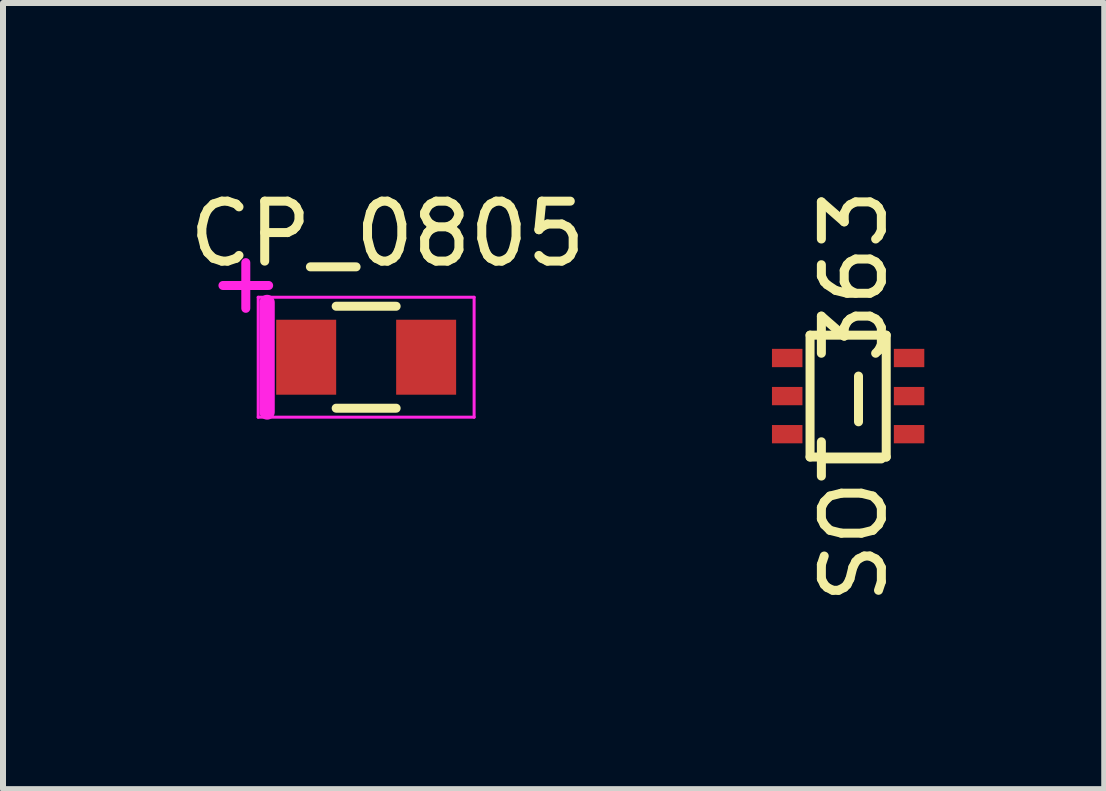
<source format=kicad_pcb>
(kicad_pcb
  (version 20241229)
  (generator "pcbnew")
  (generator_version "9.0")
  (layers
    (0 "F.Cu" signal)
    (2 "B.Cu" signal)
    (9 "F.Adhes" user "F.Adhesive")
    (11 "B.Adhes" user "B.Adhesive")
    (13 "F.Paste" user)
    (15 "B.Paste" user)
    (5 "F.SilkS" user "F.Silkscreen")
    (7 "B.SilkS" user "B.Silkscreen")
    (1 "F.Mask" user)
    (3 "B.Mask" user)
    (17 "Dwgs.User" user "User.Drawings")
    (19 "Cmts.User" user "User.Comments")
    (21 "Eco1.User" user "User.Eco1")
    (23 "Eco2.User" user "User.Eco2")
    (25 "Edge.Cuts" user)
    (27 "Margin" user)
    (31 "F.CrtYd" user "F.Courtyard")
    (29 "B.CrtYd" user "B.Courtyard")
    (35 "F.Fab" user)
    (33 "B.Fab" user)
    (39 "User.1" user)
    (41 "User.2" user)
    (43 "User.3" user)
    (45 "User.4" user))
  (footprint "CP_0805"
    (layer "F.Cu")
    (at 3.055 2.906)
    (property "Reference" "CP_0805" (at 0.356 -2.057 0) (layer "F.SilkS") (effects (font (size 1 1) (thickness 0.15))))
    (attr smd)
    (fp_line (start -0.5 0.85) (end 0.5 0.85) (stroke (width 0.15) (type solid)) (layer "F.SilkS"))
    (fp_line (start 0.5 -0.85) (end -0.5 -0.85) (stroke (width 0.15) (type solid)) (layer "F.SilkS"))
    (fp_line (start -1.8 -1) (end -1.8 1) (stroke (width 0.05) (type solid)) (layer "F.CrtYd"))
    (fp_line (start -1.8 -1) (end 1.8 -1) (stroke (width 0.05) (type solid)) (layer "F.CrtYd"))
    (fp_line (start -1.8 1) (end 1.8 1) (stroke (width 0.05) (type solid)) (layer "F.CrtYd"))
    (fp_line (start -1.651 -0.914) (end -1.651 0.914) (stroke (width 0.254) (type solid)) (layer "F.CrtYd"))
    (fp_line (start 1.8 -1) (end 1.8 1) (stroke (width 0.05) (type solid)) (layer "F.CrtYd"))
    (fp_text user "+" (at -2.007 -1.27 0) (layer "F.CrtYd") (effects (font (size 1 1) (thickness 0.15))))
    (pad "1" smd rect (at -1 0) (size 1 1.25) (layers "F.Cu" "F.Mask" "F.Paste"))
    (pad "2" smd rect (at 1 0) (size 1 1.25) (layers "F.Cu" "F.Mask" "F.Paste")))
  (footprint "SOT-363"
    (layer "F.Cu")
    (at 11.091 3.554)
    (property "Reference" "SOT-363" (at 0.099 0 90) (layer "F.SilkS") (effects (font (size 1 1) (thickness 0.15))))
    (attr smd)
    (fp_line (start -0.635 -1.016) (end -0.635 1.016) (stroke (width 0.15) (type solid)) (layer "F.SilkS"))
    (fp_line (start -0.635 1.016) (end 0.635 1.016) (stroke (width 0.15) (type solid)) (layer "F.SilkS"))
    (fp_line (start 0.635 -1.016) (end -0.635 -1.016) (stroke (width 0.15) (type solid)) (layer "F.SilkS"))
    (fp_line (start 0.635 1.016) (end 0.635 -1.016) (stroke (width 0.15) (type solid)) (layer "F.SilkS"))
    (pad "1" smd rect (at -1.016 -0.635) (size 0.508 0.305) (layers "F.Cu" "F.Mask" "F.Paste"))
    (pad "2" smd rect (at -1.016 0) (size 0.508 0.305) (layers "F.Cu" "F.Mask" "F.Paste"))
    (pad "3" smd rect (at -1.016 0.635) (size 0.508 0.305) (layers "F.Cu" "F.Mask" "F.Paste"))
    (pad "4" smd rect (at 1.016 0.635) (size 0.508 0.305) (layers "F.Cu" "F.Mask" "F.Paste"))
    (pad "5" smd rect (at 1.016 0) (size 0.508 0.305) (layers "F.Cu" "F.Mask" "F.Paste"))
    (pad "6" smd rect (at 1.016 -0.635) (size 0.508 0.305) (layers "F.Cu" "F.Mask" "F.Paste")))
  (gr_rect
    (start -3 -3)
    (end 15.361 10.107)
    (stroke (width 0.1) (type default))
    (fill no)
    (layer "Edge.Cuts")))
</source>
